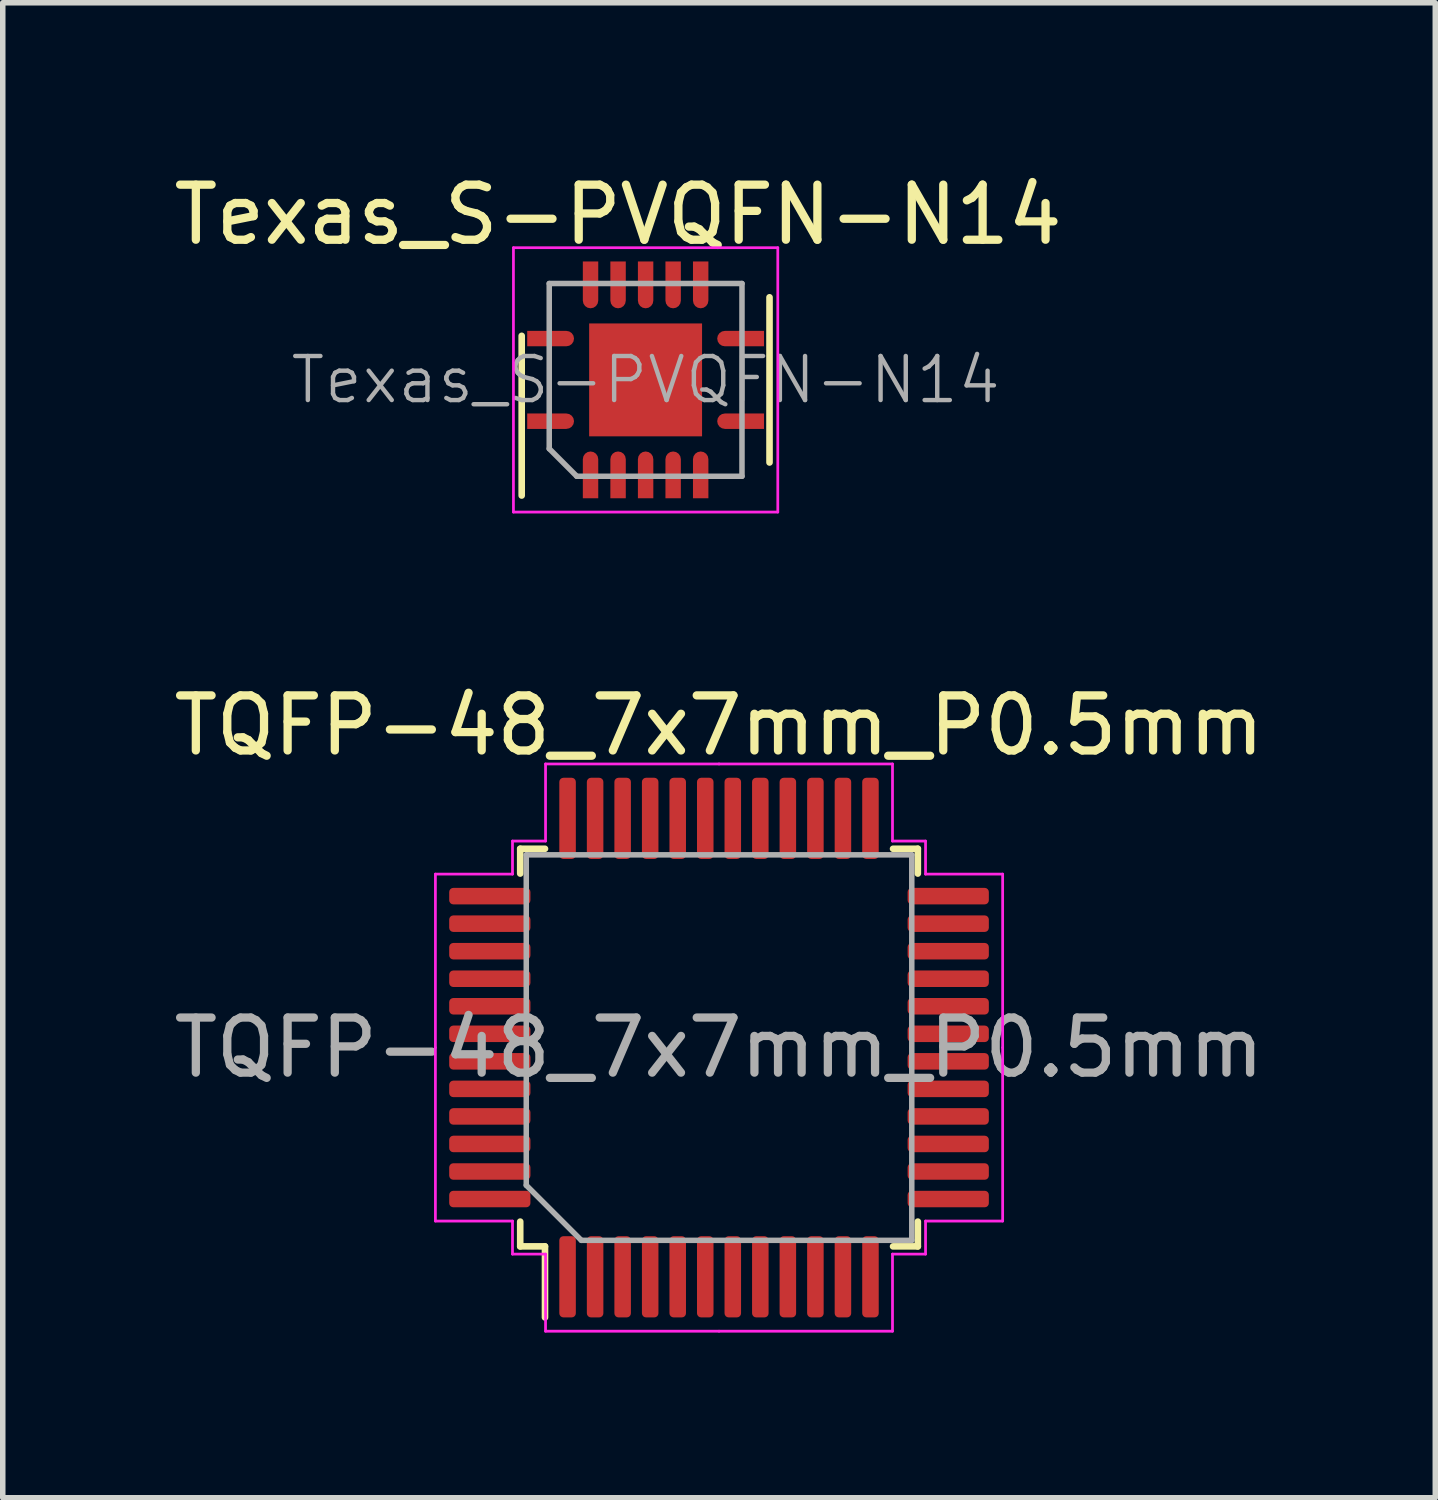
<source format=kicad_pcb>
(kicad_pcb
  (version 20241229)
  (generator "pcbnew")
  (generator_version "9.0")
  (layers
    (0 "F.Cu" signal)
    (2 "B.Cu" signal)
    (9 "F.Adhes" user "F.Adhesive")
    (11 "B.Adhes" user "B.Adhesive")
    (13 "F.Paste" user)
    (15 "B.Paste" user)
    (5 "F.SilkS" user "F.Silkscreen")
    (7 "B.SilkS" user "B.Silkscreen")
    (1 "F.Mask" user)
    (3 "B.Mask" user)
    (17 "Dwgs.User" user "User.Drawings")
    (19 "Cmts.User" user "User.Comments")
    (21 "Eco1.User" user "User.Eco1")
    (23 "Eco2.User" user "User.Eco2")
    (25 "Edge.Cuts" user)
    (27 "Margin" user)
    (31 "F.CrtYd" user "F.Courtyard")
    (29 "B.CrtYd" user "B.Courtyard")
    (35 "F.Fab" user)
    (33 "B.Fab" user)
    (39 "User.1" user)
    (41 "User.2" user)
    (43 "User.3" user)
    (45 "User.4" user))
  (footprint "TQFP-48_7x7mm_P0.5mm"
    (layer "F.Cu")
    (at 10.006 15.972)
    (property "Reference" "TQFP-48_7x7mm_P0.5mm" (at 0 -5.85 0) (layer "F.SilkS") (effects (font (size 1 1) (thickness 0.15))))
    (attr smd)
    (fp_line (start -3.61 -3.61) (end -3.16 -3.61) (stroke (width 0.12) (type solid)) (layer "F.SilkS"))
    (fp_line (start -3.61 -3.16) (end -3.61 -3.61) (stroke (width 0.12) (type solid)) (layer "F.SilkS"))
    (fp_line (start -3.61 3.16) (end -3.61 3.61) (stroke (width 0.12) (type solid)) (layer "F.SilkS"))
    (fp_line (start -3.61 3.61) (end -3.16 3.61) (stroke (width 0.12) (type solid)) (layer "F.SilkS"))
    (fp_line (start -3.16 3.61) (end -3.16 4.9) (stroke (width 0.12) (type solid)) (layer "F.SilkS"))
    (fp_line (start 3.61 -3.61) (end 3.16 -3.61) (stroke (width 0.12) (type solid)) (layer "F.SilkS"))
    (fp_line (start 3.61 -3.16) (end 3.61 -3.61) (stroke (width 0.12) (type solid)) (layer "F.SilkS"))
    (fp_line (start 3.61 3.16) (end 3.61 3.61) (stroke (width 0.12) (type solid)) (layer "F.SilkS"))
    (fp_line (start 3.61 3.61) (end 3.16 3.61) (stroke (width 0.12) (type solid)) (layer "F.SilkS"))
    (fp_line (start -5.15 -3.15) (end -3.75 -3.15) (stroke (width 0.05) (type solid)) (layer "F.CrtYd"))
    (fp_line (start -5.15 0) (end -5.15 -3.15) (stroke (width 0.05) (type solid)) (layer "F.CrtYd"))
    (fp_line (start -5.15 0) (end -5.15 3.15) (stroke (width 0.05) (type solid)) (layer "F.CrtYd"))
    (fp_line (start -5.15 3.15) (end -3.75 3.15) (stroke (width 0.05) (type solid)) (layer "F.CrtYd"))
    (fp_line (start -3.75 -3.75) (end -3.15 -3.75) (stroke (width 0.05) (type solid)) (layer "F.CrtYd"))
    (fp_line (start -3.75 -3.15) (end -3.75 -3.75) (stroke (width 0.05) (type solid)) (layer "F.CrtYd"))
    (fp_line (start -3.75 3.15) (end -3.75 3.75) (stroke (width 0.05) (type solid)) (layer "F.CrtYd"))
    (fp_line (start -3.75 3.75) (end -3.15 3.75) (stroke (width 0.05) (type solid)) (layer "F.CrtYd"))
    (fp_line (start -3.15 -5.15) (end 0 -5.15) (stroke (width 0.05) (type solid)) (layer "F.CrtYd"))
    (fp_line (start -3.15 -3.75) (end -3.15 -5.15) (stroke (width 0.05) (type solid)) (layer "F.CrtYd"))
    (fp_line (start -3.15 3.75) (end -3.15 5.15) (stroke (width 0.05) (type solid)) (layer "F.CrtYd"))
    (fp_line (start -3.15 5.15) (end 0 5.15) (stroke (width 0.05) (type solid)) (layer "F.CrtYd"))
    (fp_line (start 3.15 -5.15) (end 0 -5.15) (stroke (width 0.05) (type solid)) (layer "F.CrtYd"))
    (fp_line (start 3.15 -3.75) (end 3.15 -5.15) (stroke (width 0.05) (type solid)) (layer "F.CrtYd"))
    (fp_line (start 3.15 3.75) (end 3.15 5.15) (stroke (width 0.05) (type solid)) (layer "F.CrtYd"))
    (fp_line (start 3.15 5.15) (end 0 5.15) (stroke (width 0.05) (type solid)) (layer "F.CrtYd"))
    (fp_line (start 3.75 -3.75) (end 3.15 -3.75) (stroke (width 0.05) (type solid)) (layer "F.CrtYd"))
    (fp_line (start 3.75 -3.15) (end 3.75 -3.75) (stroke (width 0.05) (type solid)) (layer "F.CrtYd"))
    (fp_line (start 3.75 3.15) (end 3.75 3.75) (stroke (width 0.05) (type solid)) (layer "F.CrtYd"))
    (fp_line (start 3.75 3.75) (end 3.15 3.75) (stroke (width 0.05) (type solid)) (layer "F.CrtYd"))
    (fp_line (start 5.15 -3.15) (end 3.75 -3.15) (stroke (width 0.05) (type solid)) (layer "F.CrtYd"))
    (fp_line (start 5.15 0) (end 5.15 -3.15) (stroke (width 0.05) (type solid)) (layer "F.CrtYd"))
    (fp_line (start 5.15 0) (end 5.15 3.15) (stroke (width 0.05) (type solid)) (layer "F.CrtYd"))
    (fp_line (start 5.15 3.15) (end 3.75 3.15) (stroke (width 0.05) (type solid)) (layer "F.CrtYd"))
    (fp_line (start -3.5 -3.5) (end 3.5 -3.5) (stroke (width 0.1) (type solid)) (layer "F.Fab"))
    (fp_line (start -3.5 2.5) (end -3.5 -3.5) (stroke (width 0.1) (type solid)) (layer "F.Fab"))
    (fp_line (start -2.5 3.5) (end -3.5 2.5) (stroke (width 0.1) (type solid)) (layer "F.Fab"))
    (fp_line (start 3.5 -3.5) (end 3.5 3.5) (stroke (width 0.1) (type solid)) (layer "F.Fab"))
    (fp_line (start 3.5 3.5) (end -2.5 3.5) (stroke (width 0.1) (type solid)) (layer "F.Fab"))
    (fp_text user "${REFERENCE}" (at 0 0 0) (layer "F.Fab") (effects (font (size 1 1) (thickness 0.15))))
    (pad "1" smd roundrect (at -2.75 4.162 90) (size 1.475 0.3) (layers "F.Cu" "F.Mask" "F.Paste") (roundrect_rratio 0.25))
    (pad "2" smd roundrect (at -2.25 4.162 90) (size 1.475 0.3) (layers "F.Cu" "F.Mask" "F.Paste") (roundrect_rratio 0.25))
    (pad "3" smd roundrect (at -1.75 4.162 90) (size 1.475 0.3) (layers "F.Cu" "F.Mask" "F.Paste") (roundrect_rratio 0.25))
    (pad "4" smd roundrect (at -1.25 4.162 90) (size 1.475 0.3) (layers "F.Cu" "F.Mask" "F.Paste") (roundrect_rratio 0.25))
    (pad "5" smd roundrect (at -0.75 4.162 90) (size 1.475 0.3) (layers "F.Cu" "F.Mask" "F.Paste") (roundrect_rratio 0.25))
    (pad "6" smd roundrect (at -0.25 4.162 90) (size 1.475 0.3) (layers "F.Cu" "F.Mask" "F.Paste") (roundrect_rratio 0.25))
    (pad "7" smd roundrect (at 0.25 4.162 90) (size 1.475 0.3) (layers "F.Cu" "F.Mask" "F.Paste") (roundrect_rratio 0.25))
    (pad "8" smd roundrect (at 0.75 4.162 90) (size 1.475 0.3) (layers "F.Cu" "F.Mask" "F.Paste") (roundrect_rratio 0.25))
    (pad "9" smd roundrect (at 1.25 4.162 90) (size 1.475 0.3) (layers "F.Cu" "F.Mask" "F.Paste") (roundrect_rratio 0.25))
    (pad "10" smd roundrect (at 1.75 4.162 90) (size 1.475 0.3) (layers "F.Cu" "F.Mask" "F.Paste") (roundrect_rratio 0.25))
    (pad "11" smd roundrect (at 2.25 4.162 90) (size 1.475 0.3) (layers "F.Cu" "F.Mask" "F.Paste") (roundrect_rratio 0.25))
    (pad "12" smd roundrect (at 2.75 4.162 90) (size 1.475 0.3) (layers "F.Cu" "F.Mask" "F.Paste") (roundrect_rratio 0.25))
    (pad "13" smd roundrect (at 4.162 2.75 90) (size 0.3 1.475) (layers "F.Cu" "F.Mask" "F.Paste") (roundrect_rratio 0.25))
    (pad "14" smd roundrect (at 4.162 2.25 90) (size 0.3 1.475) (layers "F.Cu" "F.Mask" "F.Paste") (roundrect_rratio 0.25))
    (pad "15" smd roundrect (at 4.162 1.75 90) (size 0.3 1.475) (layers "F.Cu" "F.Mask" "F.Paste") (roundrect_rratio 0.25))
    (pad "16" smd roundrect (at 4.162 1.25 90) (size 0.3 1.475) (layers "F.Cu" "F.Mask" "F.Paste") (roundrect_rratio 0.25))
    (pad "17" smd roundrect (at 4.162 0.75 90) (size 0.3 1.475) (layers "F.Cu" "F.Mask" "F.Paste") (roundrect_rratio 0.25))
    (pad "18" smd roundrect (at 4.162 0.25 90) (size 0.3 1.475) (layers "F.Cu" "F.Mask" "F.Paste") (roundrect_rratio 0.25))
    (pad "19" smd roundrect (at 4.162 -0.25 90) (size 0.3 1.475) (layers "F.Cu" "F.Mask" "F.Paste") (roundrect_rratio 0.25))
    (pad "20" smd roundrect (at 4.162 -0.75 90) (size 0.3 1.475) (layers "F.Cu" "F.Mask" "F.Paste") (roundrect_rratio 0.25))
    (pad "21" smd roundrect (at 4.162 -1.25 90) (size 0.3 1.475) (layers "F.Cu" "F.Mask" "F.Paste") (roundrect_rratio 0.25))
    (pad "22" smd roundrect (at 4.162 -1.75 90) (size 0.3 1.475) (layers "F.Cu" "F.Mask" "F.Paste") (roundrect_rratio 0.25))
    (pad "23" smd roundrect (at 4.162 -2.25 90) (size 0.3 1.475) (layers "F.Cu" "F.Mask" "F.Paste") (roundrect_rratio 0.25))
    (pad "24" smd roundrect (at 4.162 -2.75 90) (size 0.3 1.475) (layers "F.Cu" "F.Mask" "F.Paste") (roundrect_rratio 0.25))
    (pad "25" smd roundrect (at 2.75 -4.162 90) (size 1.475 0.3) (layers "F.Cu" "F.Mask" "F.Paste") (roundrect_rratio 0.25))
    (pad "26" smd roundrect (at 2.25 -4.162 90) (size 1.475 0.3) (layers "F.Cu" "F.Mask" "F.Paste") (roundrect_rratio 0.25))
    (pad "27" smd roundrect (at 1.75 -4.162 90) (size 1.475 0.3) (layers "F.Cu" "F.Mask" "F.Paste") (roundrect_rratio 0.25))
    (pad "28" smd roundrect (at 1.25 -4.162 90) (size 1.475 0.3) (layers "F.Cu" "F.Mask" "F.Paste") (roundrect_rratio 0.25))
    (pad "29" smd roundrect (at 0.75 -4.162 90) (size 1.475 0.3) (layers "F.Cu" "F.Mask" "F.Paste") (roundrect_rratio 0.25))
    (pad "30" smd roundrect (at 0.25 -4.162 90) (size 1.475 0.3) (layers "F.Cu" "F.Mask" "F.Paste") (roundrect_rratio 0.25))
    (pad "31" smd roundrect (at -0.25 -4.162 90) (size 1.475 0.3) (layers "F.Cu" "F.Mask" "F.Paste") (roundrect_rratio 0.25))
    (pad "32" smd roundrect (at -0.75 -4.162 90) (size 1.475 0.3) (layers "F.Cu" "F.Mask" "F.Paste") (roundrect_rratio 0.25))
    (pad "33" smd roundrect (at -1.25 -4.162 90) (size 1.475 0.3) (layers "F.Cu" "F.Mask" "F.Paste") (roundrect_rratio 0.25))
    (pad "34" smd roundrect (at -1.75 -4.162 90) (size 1.475 0.3) (layers "F.Cu" "F.Mask" "F.Paste") (roundrect_rratio 0.25))
    (pad "35" smd roundrect (at -2.25 -4.162 90) (size 1.475 0.3) (layers "F.Cu" "F.Mask" "F.Paste") (roundrect_rratio 0.25))
    (pad "36" smd roundrect (at -2.75 -4.162 90) (size 1.475 0.3) (layers "F.Cu" "F.Mask" "F.Paste") (roundrect_rratio 0.25))
    (pad "37" smd roundrect (at -4.162 -2.75 90) (size 0.3 1.475) (layers "F.Cu" "F.Mask" "F.Paste") (roundrect_rratio 0.25))
    (pad "38" smd roundrect (at -4.162 -2.25 90) (size 0.3 1.475) (layers "F.Cu" "F.Mask" "F.Paste") (roundrect_rratio 0.25))
    (pad "39" smd roundrect (at -4.162 -1.75 90) (size 0.3 1.475) (layers "F.Cu" "F.Mask" "F.Paste") (roundrect_rratio 0.25))
    (pad "40" smd roundrect (at -4.162 -1.25 90) (size 0.3 1.475) (layers "F.Cu" "F.Mask" "F.Paste") (roundrect_rratio 0.25))
    (pad "41" smd roundrect (at -4.162 -0.75 90) (size 0.3 1.475) (layers "F.Cu" "F.Mask" "F.Paste") (roundrect_rratio 0.25))
    (pad "42" smd roundrect (at -4.162 -0.25 90) (size 0.3 1.475) (layers "F.Cu" "F.Mask" "F.Paste") (roundrect_rratio 0.25))
    (pad "43" smd roundrect (at -4.162 0.25 90) (size 0.3 1.475) (layers "F.Cu" "F.Mask" "F.Paste") (roundrect_rratio 0.25))
    (pad "44" smd roundrect (at -4.162 0.75 90) (size 0.3 1.475) (layers "F.Cu" "F.Mask" "F.Paste") (roundrect_rratio 0.25))
    (pad "45" smd roundrect (at -4.162 1.25 90) (size 0.3 1.475) (layers "F.Cu" "F.Mask" "F.Paste") (roundrect_rratio 0.25))
    (pad "46" smd roundrect (at -4.162 1.75 90) (size 0.3 1.475) (layers "F.Cu" "F.Mask" "F.Paste") (roundrect_rratio 0.25))
    (pad "47" smd roundrect (at -4.162 2.25 90) (size 0.3 1.475) (layers "F.Cu" "F.Mask" "F.Paste") (roundrect_rratio 0.25))
    (pad "48" smd roundrect (at -4.162 2.75 90) (size 0.3 1.475) (layers "F.Cu" "F.Mask" "F.Paste") (roundrect_rratio 0.25)))
  (footprint "Texas_S-PVQFN-N14"
    (layer "F.Cu")
    (at 8.673 3.848)
    (property "Reference" "Texas_S-PVQFN-N14" (at -0.5 -3 0) (layer "F.SilkS") (effects (font (size 1 1) (thickness 0.15))))
    (attr smd)
    (fp_line (start -2.25 -0.8) (end -2.25 2.1) (stroke (width 0.12) (type solid)) (layer "F.SilkS"))
    (fp_line (start 2.25 1.5) (end 2.25 -1.5) (stroke (width 0.12) (type solid)) (layer "F.SilkS"))
    (fp_line (start -2.4 -2.4) (end 2.4 -2.4) (stroke (width 0.05) (type solid)) (layer "F.CrtYd"))
    (fp_line (start -2.4 2.4) (end -2.4 -2.4) (stroke (width 0.05) (type solid)) (layer "F.CrtYd"))
    (fp_line (start 2.4 -2.4) (end 2.4 2.4) (stroke (width 0.05) (type solid)) (layer "F.CrtYd"))
    (fp_line (start 2.4 2.4) (end -2.4 2.4) (stroke (width 0.05) (type solid)) (layer "F.CrtYd"))
    (fp_line (start -1.75 -1.75) (end 1.75 -1.75) (stroke (width 0.1) (type solid)) (layer "F.Fab"))
    (fp_line (start -1.75 1.25) (end -1.75 -1.75) (stroke (width 0.1) (type solid)) (layer "F.Fab"))
    (fp_line (start -1.75 1.25) (end -1.25 1.75) (stroke (width 0.1) (type solid)) (layer "F.Fab"))
    (fp_line (start 1.75 -1.75) (end 1.75 1.75) (stroke (width 0.1) (type solid)) (layer "F.Fab"))
    (fp_line (start 1.75 1.75) (end -1.25 1.75) (stroke (width 0.1) (type solid)) (layer "F.Fab"))
    (fp_text user "${REFERENCE}" (at 0 0 0) (layer "F.Fab") (effects (font (size 0.8 0.8) (thickness 0.08))))
    (pad "" smd rect (at -0.56 -0.56) (size 0.82 0.82) (layers "F.Paste"))
    (pad "" smd rect (at -0.56 0.56) (size 0.82 0.82) (layers "F.Paste"))
    (pad "" smd rect (at 0.56 -0.56) (size 0.82 0.82) (layers "F.Paste"))
    (pad "" smd rect (at 0.56 0.56) (size 0.82 0.82) (layers "F.Paste"))
    (pad "1" smd roundrect (at -1.725 0.75) (size 0.85 0.28) (layers "F.Cu" "F.Mask" "F.Paste") (roundrect_rratio 0.5) (chamfer_ratio 0) (chamfer top_left bottom_left))
    (pad "2" smd roundrect (at -1 1.725) (size 0.28 0.85) (layers "F.Cu" "F.Mask" "F.Paste") (roundrect_rratio 0.5) (chamfer_ratio 0) (chamfer bottom_left bottom_right))
    (pad "3" smd roundrect (at -0.5 1.725) (size 0.28 0.85) (layers "F.Cu" "F.Mask" "F.Paste") (roundrect_rratio 0.5) (chamfer_ratio 0) (chamfer bottom_left bottom_right))
    (pad "4" smd roundrect (at 0 1.725) (size 0.28 0.85) (layers "F.Cu" "F.Mask" "F.Paste") (roundrect_rratio 0.5) (chamfer_ratio 0) (chamfer bottom_left bottom_right))
    (pad "5" smd roundrect (at 0.5 1.725) (size 0.28 0.85) (layers "F.Cu" "F.Mask" "F.Paste") (roundrect_rratio 0.5) (chamfer_ratio 0) (chamfer bottom_left bottom_right))
    (pad "6" smd roundrect (at 1 1.725) (size 0.28 0.85) (layers "F.Cu" "F.Mask" "F.Paste") (roundrect_rratio 0.5) (chamfer_ratio 0) (chamfer bottom_left bottom_right))
    (pad "7" smd roundrect (at 1.725 0.75) (size 0.85 0.28) (layers "F.Cu" "F.Mask" "F.Paste") (roundrect_rratio 0.5) (chamfer_ratio 0) (chamfer top_right bottom_right))
    (pad "8" smd roundrect (at 1.725 -0.75) (size 0.85 0.28) (layers "F.Cu" "F.Mask" "F.Paste") (roundrect_rratio 0.5) (chamfer_ratio 0) (chamfer top_right bottom_right))
    (pad "9" smd roundrect (at 1 -1.725) (size 0.28 0.85) (layers "F.Cu" "F.Mask" "F.Paste") (roundrect_rratio 0.5) (chamfer_ratio 0) (chamfer top_left top_right))
    (pad "10" smd roundrect (at 0.5 -1.725) (size 0.28 0.85) (layers "F.Cu" "F.Mask" "F.Paste") (roundrect_rratio 0.5) (chamfer_ratio 0) (chamfer top_left top_right))
    (pad "11" smd roundrect (at 0 -1.725) (size 0.28 0.85) (layers "F.Cu" "F.Mask" "F.Paste") (roundrect_rratio 0.5) (chamfer_ratio 0) (chamfer top_left top_right))
    (pad "12" smd roundrect (at -0.5 -1.725) (size 0.28 0.85) (layers "F.Cu" "F.Mask" "F.Paste") (roundrect_rratio 0.5) (chamfer_ratio 0) (chamfer top_left top_right))
    (pad "13" smd roundrect (at -1 -1.725) (size 0.28 0.85) (layers "F.Cu" "F.Mask" "F.Paste") (roundrect_rratio 0.5) (chamfer_ratio 0) (chamfer top_left top_right))
    (pad "14" smd roundrect (at -1.725 -0.75) (size 0.85 0.28) (layers "F.Cu" "F.Mask" "F.Paste") (roundrect_rratio 0.5) (chamfer_ratio 0) (chamfer top_left bottom_left))
    (pad "15" smd rect (at 0 0) (size 2.05 2.05) (layers "F.Cu" "F.Mask")))
  (gr_rect
    (start -3 -3)
    (end 23.012 24.146)
    (stroke (width 0.1) (type default))
    (fill no)
    (layer "Edge.Cuts")))
</source>
